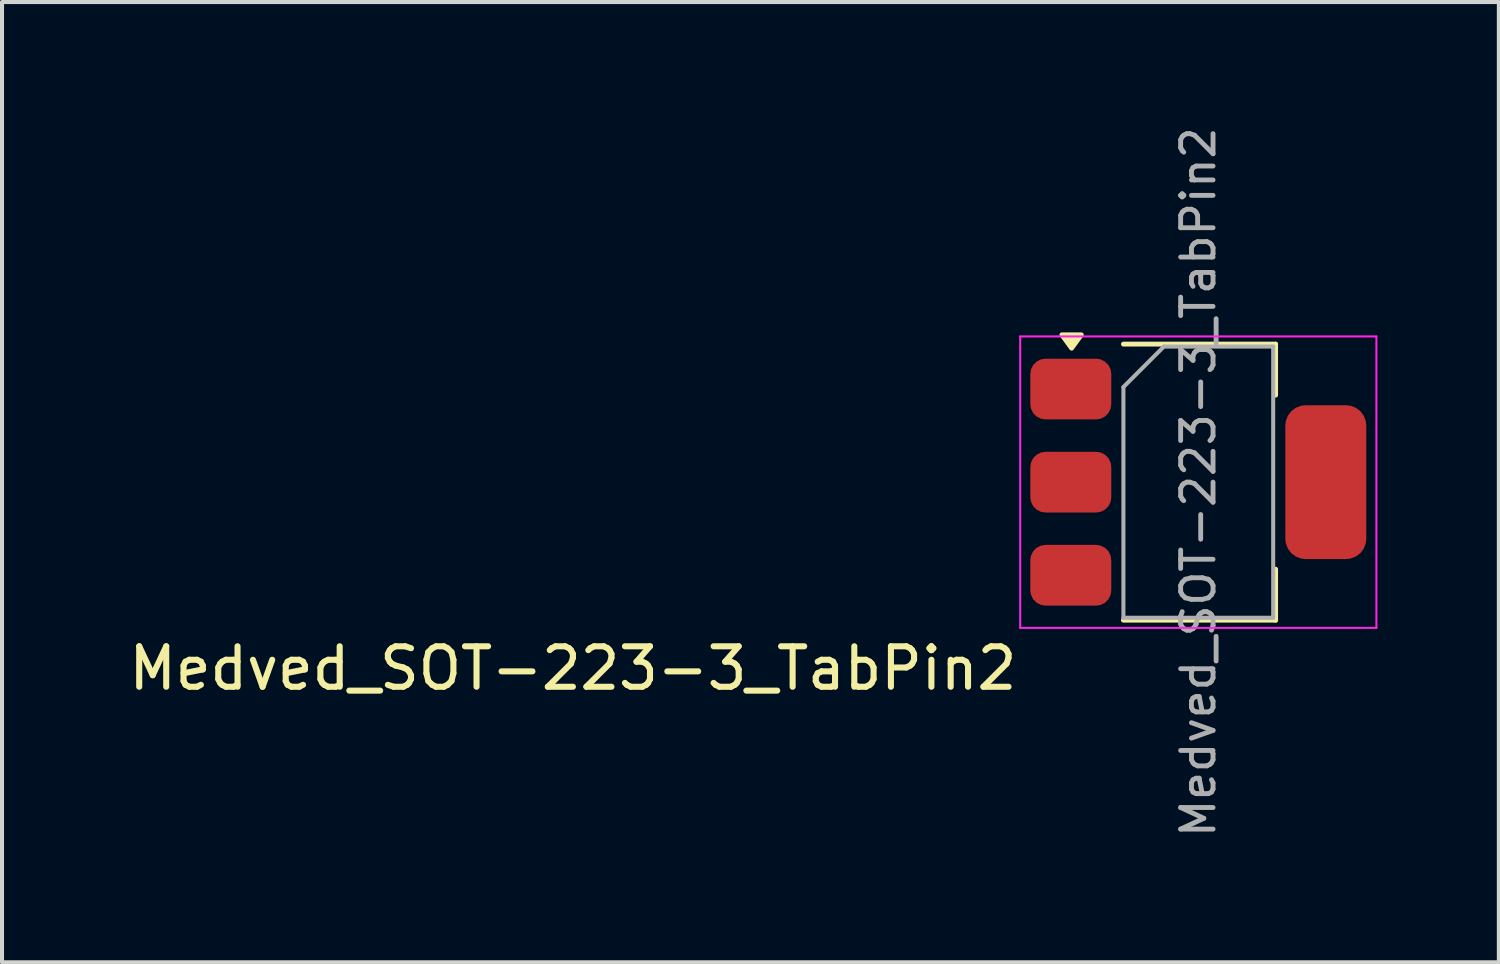
<source format=kicad_pcb>
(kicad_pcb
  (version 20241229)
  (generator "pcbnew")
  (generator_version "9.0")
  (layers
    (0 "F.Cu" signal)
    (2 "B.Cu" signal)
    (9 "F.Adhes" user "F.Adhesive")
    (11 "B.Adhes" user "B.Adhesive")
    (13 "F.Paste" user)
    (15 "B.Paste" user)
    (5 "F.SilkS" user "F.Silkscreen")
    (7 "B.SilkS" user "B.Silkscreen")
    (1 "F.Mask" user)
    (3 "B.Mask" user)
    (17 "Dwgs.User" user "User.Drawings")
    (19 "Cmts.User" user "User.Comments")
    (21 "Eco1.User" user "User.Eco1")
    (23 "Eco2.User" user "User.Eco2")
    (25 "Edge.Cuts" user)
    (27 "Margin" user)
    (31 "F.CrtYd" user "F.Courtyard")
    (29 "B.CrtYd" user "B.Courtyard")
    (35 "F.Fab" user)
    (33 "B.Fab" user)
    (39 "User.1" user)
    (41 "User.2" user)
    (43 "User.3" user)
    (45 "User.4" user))
  (footprint "Medved_SOT-223-3_TabPin2"
    (layer "F.Cu")
    (at 26.555 8.862)
    (property "Reference" "Medved_SOT-223-3_TabPin2" (at -4.4 4.6 0) (layer "F.SilkS") (effects (font (size 1 1) (thickness 0.15)) (justify right)))
    (attr smd)
    (fp_line (start -1.85 -3.41) (end 1.91 -3.41) (stroke (width 0.12) (type solid)) (layer "F.SilkS"))
    (fp_line (start -1.85 3.41) (end 1.91 3.41) (stroke (width 0.12) (type solid)) (layer "F.SilkS"))
    (fp_line (start 1.91 -3.41) (end 1.91 -2.15) (stroke (width 0.12) (type solid)) (layer "F.SilkS"))
    (fp_line (start 1.91 3.41) (end 1.91 2.15) (stroke (width 0.12) (type solid)) (layer "F.SilkS"))
    (fp_poly (pts (xy -3.13 -3.31) (xy -3.37 -3.64) (xy -2.89 -3.64) (xy -3.13 -3.31)) (stroke (width 0.12) (type solid)) (fill yes) (layer "F.SilkS"))
    (fp_line (start -4.4 -3.6) (end -4.4 3.6) (stroke (width 0.05) (type solid)) (layer "F.CrtYd"))
    (fp_line (start -4.4 3.6) (end 4.4 3.6) (stroke (width 0.05) (type solid)) (layer "F.CrtYd"))
    (fp_line (start 4.4 -3.6) (end -4.4 -3.6) (stroke (width 0.05) (type solid)) (layer "F.CrtYd"))
    (fp_line (start 4.4 3.6) (end 4.4 -3.6) (stroke (width 0.05) (type solid)) (layer "F.CrtYd"))
    (fp_line (start -1.85 -2.35) (end -1.85 3.35) (stroke (width 0.1) (type solid)) (layer "F.Fab"))
    (fp_line (start -1.85 -2.35) (end -0.85 -3.35) (stroke (width 0.1) (type solid)) (layer "F.Fab"))
    (fp_line (start -1.85 3.35) (end 1.85 3.35) (stroke (width 0.1) (type solid)) (layer "F.Fab"))
    (fp_line (start -0.85 -3.35) (end 1.85 -3.35) (stroke (width 0.1) (type solid)) (layer "F.Fab"))
    (fp_line (start 1.85 -3.35) (end 1.85 3.35) (stroke (width 0.1) (type solid)) (layer "F.Fab"))
    (fp_text user "${REFERENCE}" (at 0 0 90) (layer "F.Fab") (effects (font (size 0.8 0.8) (thickness 0.12))))
    (pad "1" smd roundrect (at -3.15 -2.3) (size 2 1.5) (layers "F.Cu" "F.Mask" "F.Paste") (roundrect_rratio 0.25))
    (pad "2" smd roundrect (at -3.15 0) (size 2 1.5) (layers "F.Cu" "F.Mask" "F.Paste") (roundrect_rratio 0.25))
    (pad "2" smd roundrect (at 3.15 0) (size 2 3.8) (layers "F.Cu" "F.Mask" "F.Paste") (roundrect_rratio 0.25))
    (pad "3" smd roundrect (at -3.15 2.3) (size 2 1.5) (layers "F.Cu" "F.Mask" "F.Paste") (roundrect_rratio 0.25)))
  (gr_rect
    (start -3 -3)
    (end 33.98 20.724)
    (stroke (width 0.1) (type default))
    (fill no)
    (layer "Edge.Cuts")))
</source>
